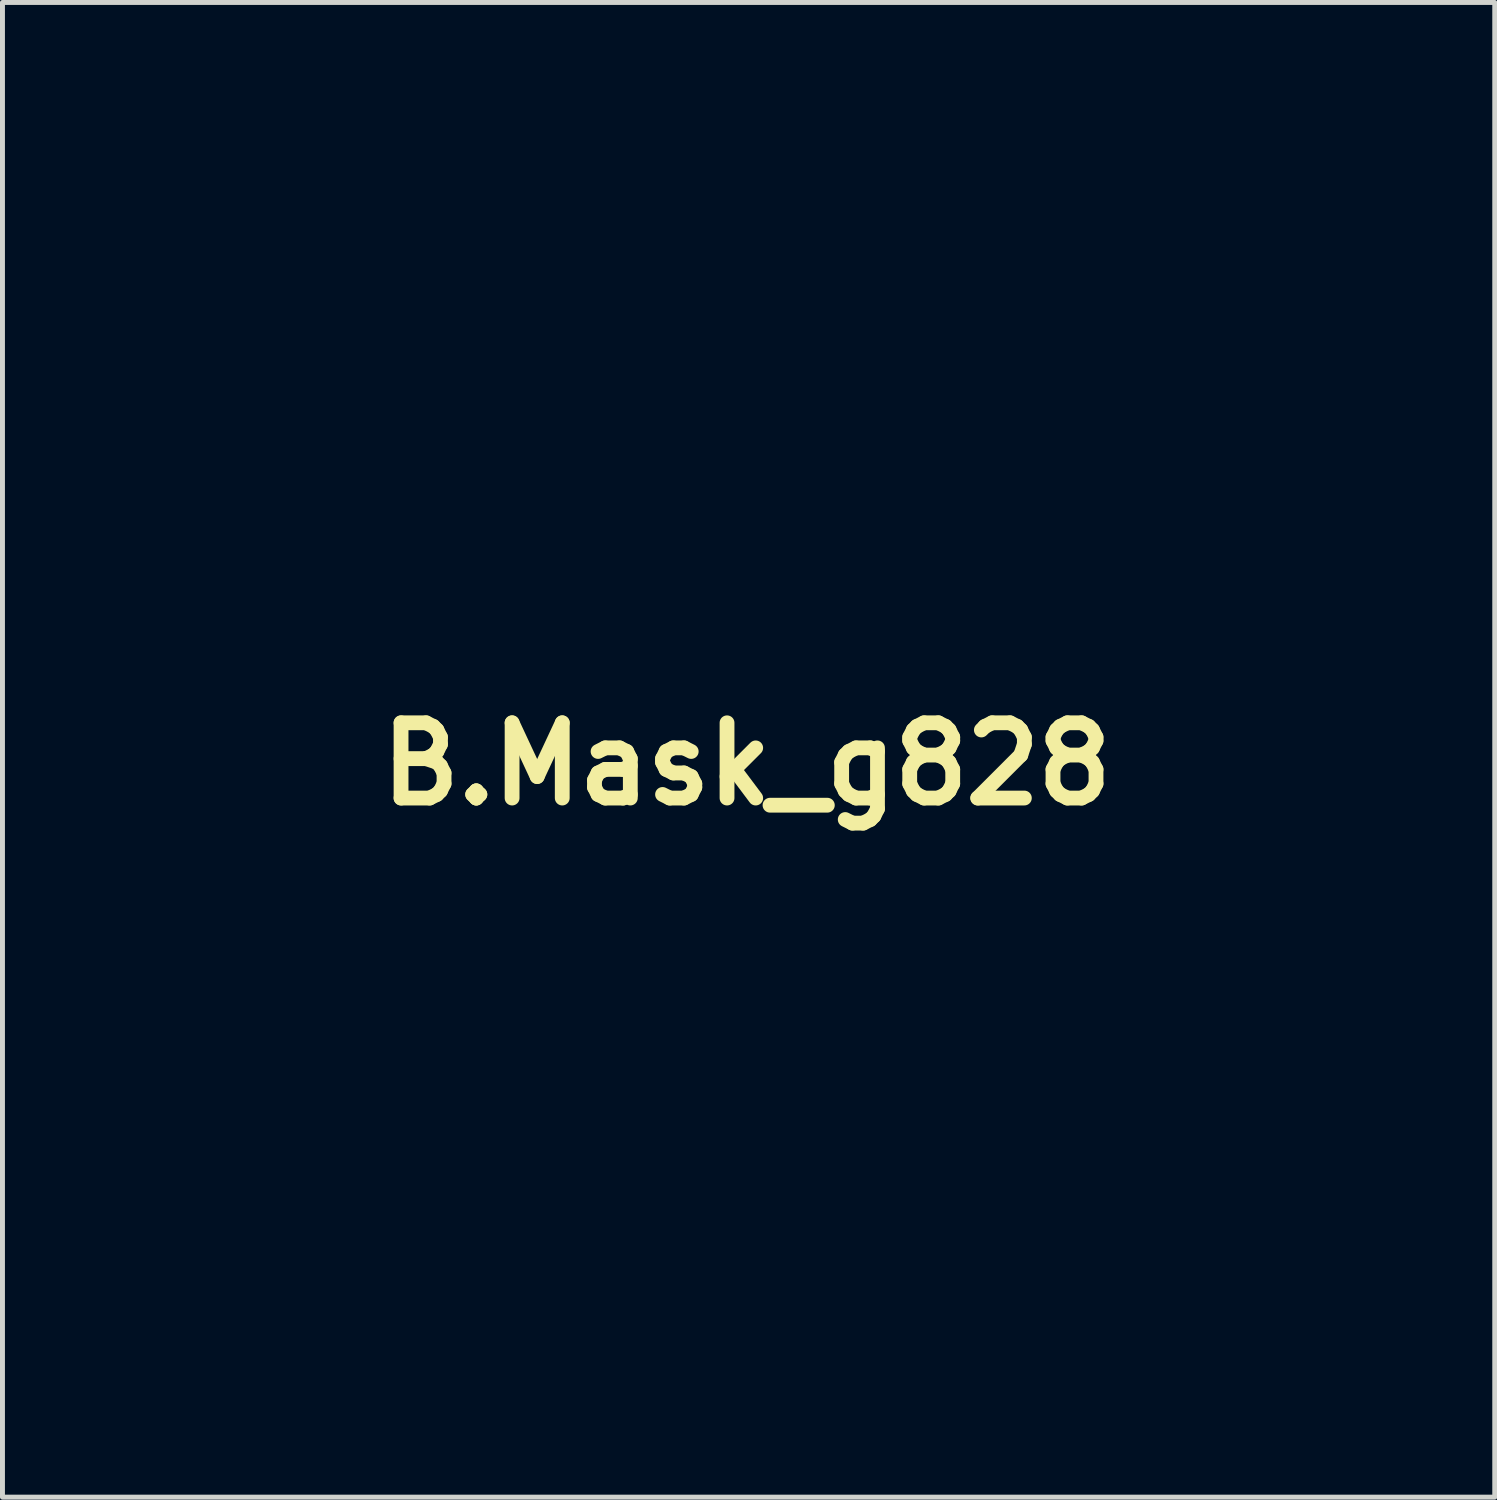
<source format=kicad_pcb>
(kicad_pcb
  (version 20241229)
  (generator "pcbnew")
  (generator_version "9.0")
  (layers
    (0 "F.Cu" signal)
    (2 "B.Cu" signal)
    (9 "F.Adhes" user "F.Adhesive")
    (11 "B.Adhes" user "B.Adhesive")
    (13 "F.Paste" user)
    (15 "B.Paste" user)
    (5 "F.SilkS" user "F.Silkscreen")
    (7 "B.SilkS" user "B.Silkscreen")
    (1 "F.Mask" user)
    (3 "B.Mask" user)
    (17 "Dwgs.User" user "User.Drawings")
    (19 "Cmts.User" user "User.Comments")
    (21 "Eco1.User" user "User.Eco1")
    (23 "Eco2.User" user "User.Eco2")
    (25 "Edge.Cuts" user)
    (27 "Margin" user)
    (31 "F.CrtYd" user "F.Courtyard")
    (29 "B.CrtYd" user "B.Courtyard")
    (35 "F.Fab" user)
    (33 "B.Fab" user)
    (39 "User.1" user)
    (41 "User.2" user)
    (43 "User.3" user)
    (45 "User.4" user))
  (footprint "B.Mask_g828"
    (layer "F.Cu")
    (at 12.078 12.428)
    (property "Reference" "B.Mask_g828" (at 0 0 0) (layer "F.SilkS") (effects (font (size 1.524 1.524) (thickness 0.3))))
    (attr through_hole)
    (fp_poly (pts (xy 7.101 10.056) (xy 7.156 10.062) (xy 7.205 10.076) (xy 7.26 10.099) (xy 7.265 10.102) (xy 7.372 10.166) (xy 7.443 10.247) (xy 7.481 10.349) (xy 7.489 10.404) (xy 7.489 10.503) (xy 7.469 10.597) (xy 7.426 10.698) (xy 7.355 10.815) (xy 7.352 10.82) (xy 7.228 10.979) (xy 7.068 11.136) (xy 6.88 11.288) (xy 6.67 11.43) (xy 6.446 11.558) (xy 6.212 11.668) (xy 5.978 11.756) (xy 5.749 11.818) (xy 5.718 11.824) (xy 5.531 11.848) (xy 5.368 11.844) (xy 5.283 11.83) (xy 5.158 11.782) (xy 5.062 11.706) (xy 4.997 11.607) (xy 4.967 11.492) (xy 4.972 11.363) (xy 5.011 11.239) (xy 5.099 11.084) (xy 5.225 10.926) (xy 5.382 10.77) (xy 5.567 10.619) (xy 5.775 10.478) (xy 6 10.348) (xy 6.238 10.235) (xy 6.474 10.145) (xy 6.598 10.107) (xy 6.703 10.082) (xy 6.808 10.067) (xy 6.924 10.059) (xy 7.027 10.055) (xy 7.101 10.056)) (stroke (width 0.01) (type solid)) (fill yes) (layer "B.Mask"))
    (fp_poly (pts (xy 11.016 -5.374) (xy 11.1 -5.369) (xy 11.164 -5.359) (xy 11.217 -5.342) (xy 11.239 -5.332) (xy 11.389 -5.247) (xy 11.524 -5.132) (xy 11.646 -4.985) (xy 11.756 -4.804) (xy 11.857 -4.585) (xy 11.938 -4.363) (xy 12.011 -4.124) (xy 12.069 -3.891) (xy 12.112 -3.669) (xy 12.139 -3.465) (xy 12.149 -3.283) (xy 12.141 -3.128) (xy 12.122 -3.026) (xy 12.07 -2.915) (xy 11.983 -2.805) (xy 11.868 -2.7) (xy 11.73 -2.609) (xy 11.636 -2.561) (xy 11.542 -2.533) (xy 11.425 -2.521) (xy 11.303 -2.526) (xy 11.192 -2.547) (xy 11.186 -2.548) (xy 10.995 -2.629) (xy 10.811 -2.744) (xy 10.646 -2.886) (xy 10.507 -3.049) (xy 10.45 -3.134) (xy 10.386 -3.266) (xy 10.325 -3.432) (xy 10.27 -3.624) (xy 10.221 -3.835) (xy 10.181 -4.056) (xy 10.152 -4.281) (xy 10.135 -4.5) (xy 10.132 -4.604) (xy 10.131 -4.703) (xy 10.134 -4.774) (xy 10.145 -4.831) (xy 10.166 -4.89) (xy 10.199 -4.964) (xy 10.209 -4.984) (xy 10.281 -5.117) (xy 10.358 -5.218) (xy 10.447 -5.291) (xy 10.554 -5.338) (xy 10.686 -5.365) (xy 10.85 -5.376) (xy 10.899 -5.376) (xy 11.016 -5.374)) (stroke (width 0.01) (type solid)) (fill yes) (layer "B.Mask"))
    (fp_poly (pts (xy 6.741 -11.11) (xy 6.771 -11.108) (xy 6.919 -11.095) (xy 7.05 -11.065) (xy 7.177 -11.014) (xy 7.313 -10.938) (xy 7.381 -10.894) (xy 7.524 -10.79) (xy 7.674 -10.664) (xy 7.826 -10.523) (xy 7.975 -10.37) (xy 8.116 -10.213) (xy 8.245 -10.056) (xy 8.356 -9.906) (xy 8.445 -9.768) (xy 8.506 -9.647) (xy 8.52 -9.61) (xy 8.547 -9.483) (xy 8.544 -9.353) (xy 8.509 -9.213) (xy 8.456 -9.083) (xy 8.366 -8.926) (xy 8.26 -8.806) (xy 8.137 -8.722) (xy 8.061 -8.69) (xy 7.957 -8.666) (xy 7.827 -8.65) (xy 7.685 -8.643) (xy 7.545 -8.646) (xy 7.423 -8.659) (xy 7.377 -8.669) (xy 7.214 -8.721) (xy 7.06 -8.796) (xy 6.909 -8.897) (xy 6.757 -9.028) (xy 6.597 -9.192) (xy 6.488 -9.318) (xy 6.329 -9.512) (xy 6.2 -9.682) (xy 6.098 -9.832) (xy 6.02 -9.965) (xy 5.966 -10.085) (xy 5.932 -10.196) (xy 5.916 -10.29) (xy 5.912 -10.447) (xy 5.933 -10.583) (xy 5.982 -10.7) (xy 6.063 -10.806) (xy 6.178 -10.903) (xy 6.331 -10.997) (xy 6.409 -11.038) (xy 6.484 -11.075) (xy 6.54 -11.097) (xy 6.592 -11.109) (xy 6.655 -11.112) (xy 6.741 -11.11)) (stroke (width 0.01) (type solid)) (fill yes) (layer "B.Mask"))
    (fp_poly (pts (xy -11.006 -2.692) (xy -10.91 -2.656) (xy -10.807 -2.592) (xy -10.774 -2.569) (xy -10.617 -2.428) (xy -10.476 -2.257) (xy -10.361 -2.066) (xy -10.355 -2.054) (xy -10.276 -1.896) (xy -10.279 -1.536) (xy -10.281 -1.402) (xy -10.286 -1.269) (xy -10.293 -1.15) (xy -10.302 -1.054) (xy -10.307 -1.016) (xy -10.328 -0.901) (xy -10.357 -0.769) (xy -10.392 -0.63) (xy -10.428 -0.494) (xy -10.465 -0.37) (xy -10.499 -0.268) (xy -10.528 -0.196) (xy -10.53 -0.19) (xy -10.581 -0.11) (xy -10.651 -0.022) (xy -10.732 0.064) (xy -10.811 0.134) (xy -10.873 0.177) (xy -10.945 0.2) (xy -11.044 0.216) (xy -11.157 0.223) (xy -11.27 0.219) (xy -11.341 0.211) (xy -11.459 0.18) (xy -11.566 0.129) (xy -11.672 0.051) (xy -11.77 -0.04) (xy -11.869 -0.149) (xy -11.941 -0.255) (xy -11.995 -0.373) (xy -12.037 -0.508) (xy -12.055 -0.605) (xy -12.067 -0.734) (xy -12.073 -0.888) (xy -12.073 -1.056) (xy -12.068 -1.231) (xy -12.057 -1.402) (xy -12.04 -1.562) (xy -12.038 -1.577) (xy -11.997 -1.826) (xy -11.949 -2.036) (xy -11.89 -2.211) (xy -11.819 -2.353) (xy -11.733 -2.466) (xy -11.629 -2.554) (xy -11.506 -2.62) (xy -11.361 -2.666) (xy -11.231 -2.691) (xy -11.108 -2.702) (xy -11.006 -2.692)) (stroke (width 0.01) (type solid)) (fill yes) (layer "B.Mask"))
    (fp_poly (pts (xy -5.076 -12.413) (xy -4.984 -12.394) (xy -4.913 -12.37) (xy -4.855 -12.339) (xy -4.796 -12.291) (xy -4.731 -12.226) (xy -4.661 -12.146) (xy -4.595 -12.058) (xy -4.545 -11.977) (xy -4.54 -11.969) (xy -4.508 -11.899) (xy -4.489 -11.839) (xy -4.48 -11.772) (xy -4.477 -11.682) (xy -4.477 -11.663) (xy -4.48 -11.565) (xy -4.489 -11.49) (xy -4.509 -11.423) (xy -4.543 -11.344) (xy -4.544 -11.341) (xy -4.667 -11.124) (xy -4.814 -10.94) (xy -4.987 -10.79) (xy -5.185 -10.675) (xy -5.333 -10.615) (xy -5.468 -10.576) (xy -5.625 -10.538) (xy -5.795 -10.505) (xy -5.973 -10.475) (xy -6.152 -10.451) (xy -6.323 -10.432) (xy -6.481 -10.421) (xy -6.618 -10.417) (xy -6.727 -10.422) (xy -6.795 -10.434) (xy -6.878 -10.467) (xy -6.975 -10.515) (xy -7.069 -10.57) (xy -7.146 -10.625) (xy -7.176 -10.651) (xy -7.238 -10.721) (xy -7.282 -10.794) (xy -7.311 -10.879) (xy -7.327 -10.984) (xy -7.334 -11.119) (xy -7.334 -11.176) (xy -7.333 -11.287) (xy -7.331 -11.367) (xy -7.324 -11.425) (xy -7.311 -11.473) (xy -7.291 -11.521) (xy -7.266 -11.571) (xy -7.163 -11.727) (xy -7.025 -11.868) (xy -6.851 -11.993) (xy -6.639 -12.104) (xy -6.389 -12.201) (xy -6.179 -12.264) (xy -5.903 -12.333) (xy -5.653 -12.382) (xy -5.43 -12.412) (xy -5.236 -12.423) (xy -5.076 -12.413)) (stroke (width 0.01) (type solid)) (fill yes) (layer "B.Mask"))
    (fp_poly (pts (xy 0.254 5.401) (xy 0.41 5.412) (xy 0.554 5.428) (xy 0.561 5.429) (xy 0.672 5.448) (xy 0.803 5.475) (xy 0.944 5.506) (xy 1.088 5.54) (xy 1.225 5.575) (xy 1.347 5.609) (xy 1.446 5.639) (xy 1.513 5.663) (xy 1.52 5.666) (xy 1.58 5.705) (xy 1.656 5.767) (xy 1.736 5.843) (xy 1.812 5.923) (xy 1.872 5.995) (xy 1.898 6.036) (xy 1.916 6.079) (xy 1.928 6.133) (xy 1.934 6.208) (xy 1.937 6.314) (xy 1.937 6.341) (xy 1.936 6.445) (xy 1.932 6.519) (xy 1.923 6.577) (xy 1.906 6.63) (xy 1.878 6.693) (xy 1.858 6.734) (xy 1.749 6.909) (xy 1.611 7.055) (xy 1.443 7.169) (xy 1.248 7.252) (xy 1.096 7.291) (xy 1.005 7.304) (xy 0.881 7.313) (xy 0.734 7.319) (xy 0.575 7.321) (xy 0.414 7.32) (xy 0.259 7.315) (xy 0.121 7.306) (xy 0.064 7.3) (xy -0.177 7.266) (xy -0.397 7.222) (xy -0.59 7.169) (xy -0.751 7.109) (xy -0.871 7.046) (xy -0.963 6.974) (xy -1.036 6.881) (xy -1.097 6.761) (xy -1.136 6.653) (xy -1.166 6.549) (xy -1.18 6.461) (xy -1.182 6.368) (xy -1.18 6.329) (xy -1.167 6.209) (xy -1.14 6.106) (xy -1.094 6.012) (xy -1.022 5.915) (xy -0.922 5.807) (xy -0.902 5.787) (xy -0.806 5.697) (xy -0.722 5.629) (xy -0.638 5.575) (xy -0.548 5.529) (xy -0.455 5.487) (xy -0.361 5.451) (xy -0.284 5.425) (xy -0.266 5.42) (xy -0.172 5.405) (xy -0.047 5.397) (xy 0.098 5.396) (xy 0.254 5.401)) (stroke (width 0.01) (type solid)) (fill yes) (layer "B.Mask")))
  (gr_rect
    (start -3 -3)
    (end 27.232 27.281)
    (stroke (width 0.1) (type default))
    (fill no)
    (layer "Edge.Cuts")))
</source>
